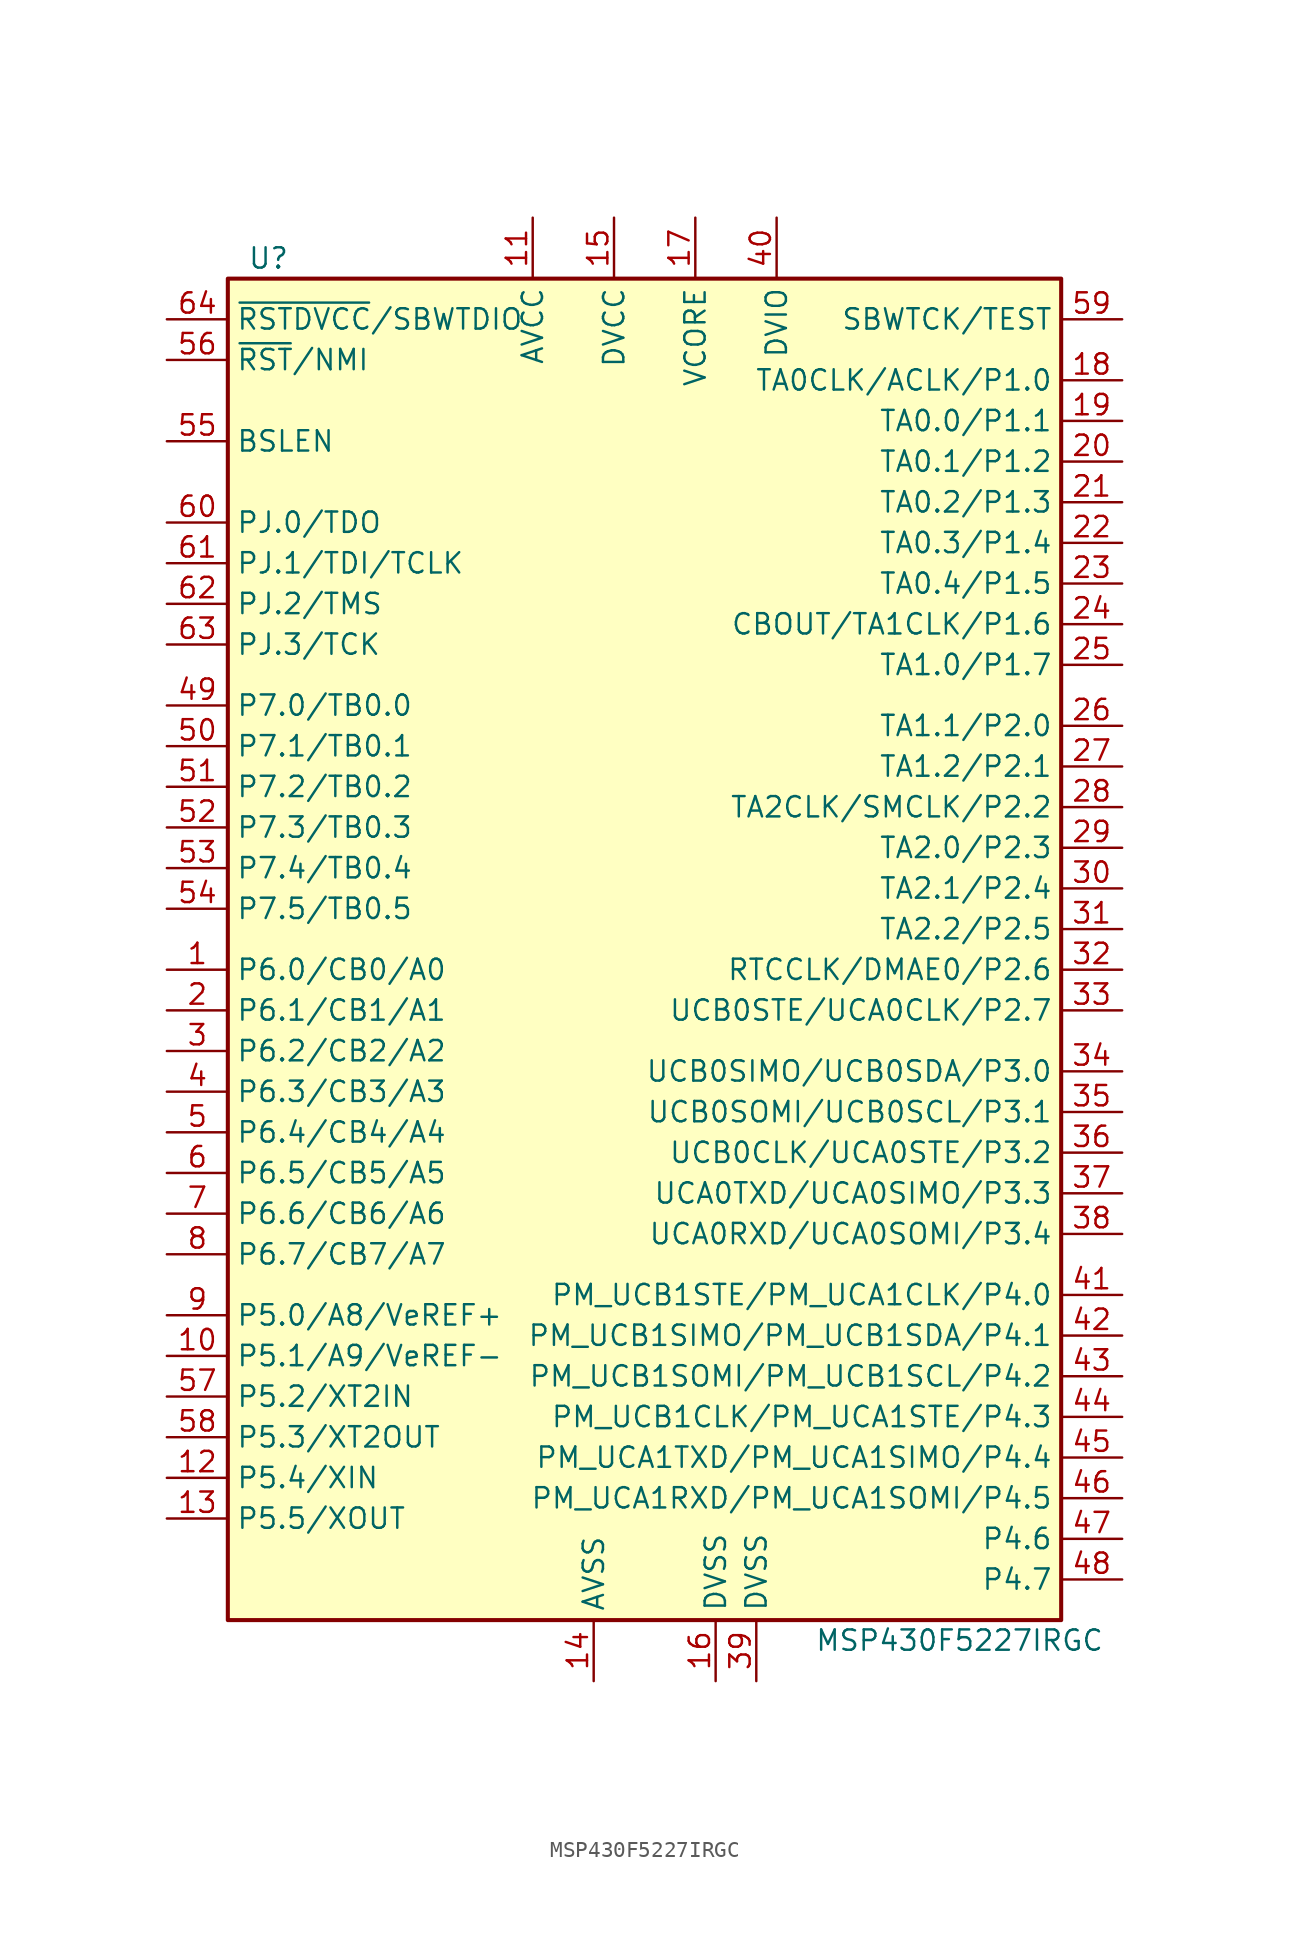
<source format=kicad_sym>
(kicad_symbol_lib
  (version 20241209)
  (generator "kicad_symbol_editor")
  (generator_version "9.0")
  (symbol "MSP430F5227IRGC"
    (property "Reference" "U"
      (at -24.13 43.18 0)
      (effects (font (size 1.27 1.27))))
    (property "Value" "MSP430F5227IRGC"
      (at 19.05 -43.18 0)
      (effects (font (size 1.27 1.27))))
    (symbol "MSP430F5227IRGC_0_1"
      (rectangle (start -26.67 41.91) (end 25.4 -41.91) (stroke (width 0.254) (type default)) (fill (type background))))
    (symbol "MSP430F5227IRGC_1_1"
      (pin bidirectional line (at -30.48 39.37 0) (length 3.81) (name "~{RSTDVCC}/SBWTDIO" (effects (font (size 1.27 1.27)))) (number "64" (effects (font (size 1.27 1.27)))))
      (pin input line (at -30.48 36.83 0) (length 3.81) (name "~{RST}/NMI" (effects (font (size 1.27 1.27)))) (number "56" (effects (font (size 1.27 1.27)))))
      (pin bidirectional line (at -30.48 31.75 0) (length 3.81) (name "BSLEN" (effects (font (size 1.27 1.27)))) (number "55" (effects (font (size 1.27 1.27)))))
      (pin bidirectional line (at -30.48 26.67 0) (length 3.81) (name "PJ.0/TDO" (effects (font (size 1.27 1.27)))) (number "60" (effects (font (size 1.27 1.27)))))
      (pin bidirectional line (at -30.48 24.13 0) (length 3.81) (name "PJ.1/TDI/TCLK" (effects (font (size 1.27 1.27)))) (number "61" (effects (font (size 1.27 1.27)))))
      (pin bidirectional line (at -30.48 21.59 0) (length 3.81) (name "PJ.2/TMS" (effects (font (size 1.27 1.27)))) (number "62" (effects (font (size 1.27 1.27)))))
      (pin bidirectional line (at -30.48 19.05 0) (length 3.81) (name "PJ.3/TCK" (effects (font (size 1.27 1.27)))) (number "63" (effects (font (size 1.27 1.27)))))
      (pin bidirectional line (at -30.48 15.24 0) (length 3.81) (name "P7.0/TB0.0" (effects (font (size 1.27 1.27)))) (number "49" (effects (font (size 1.27 1.27)))))
      (pin bidirectional line (at -30.48 12.7 0) (length 3.81) (name "P7.1/TB0.1" (effects (font (size 1.27 1.27)))) (number "50" (effects (font (size 1.27 1.27)))))
      (pin bidirectional line (at -30.48 10.16 0) (length 3.81) (name "P7.2/TB0.2" (effects (font (size 1.27 1.27)))) (number "51" (effects (font (size 1.27 1.27)))))
      (pin bidirectional line (at -30.48 7.62 0) (length 3.81) (name "P7.3/TB0.3" (effects (font (size 1.27 1.27)))) (number "52" (effects (font (size 1.27 1.27)))))
      (pin bidirectional line (at -30.48 5.08 0) (length 3.81) (name "P7.4/TB0.4" (effects (font (size 1.27 1.27)))) (number "53" (effects (font (size 1.27 1.27)))))
      (pin bidirectional line (at -30.48 2.54 0) (length 3.81) (name "P7.5/TB0.5" (effects (font (size 1.27 1.27)))) (number "54" (effects (font (size 1.27 1.27)))))
      (pin bidirectional line (at -30.48 -1.27 0) (length 3.81) (name "P6.0/CB0/A0" (effects (font (size 1.27 1.27)))) (number "1" (effects (font (size 1.27 1.27)))))
      (pin bidirectional line (at -30.48 -3.81 0) (length 3.81) (name "P6.1/CB1/A1" (effects (font (size 1.27 1.27)))) (number "2" (effects (font (size 1.27 1.27)))))
      (pin bidirectional line (at -30.48 -6.35 0) (length 3.81) (name "P6.2/CB2/A2" (effects (font (size 1.27 1.27)))) (number "3" (effects (font (size 1.27 1.27)))))
      (pin bidirectional line (at -30.48 -8.89 0) (length 3.81) (name "P6.3/CB3/A3" (effects (font (size 1.27 1.27)))) (number "4" (effects (font (size 1.27 1.27)))))
      (pin bidirectional line (at -30.48 -11.43 0) (length 3.81) (name "P6.4/CB4/A4" (effects (font (size 1.27 1.27)))) (number "5" (effects (font (size 1.27 1.27)))))
      (pin bidirectional line (at -30.48 -13.97 0) (length 3.81) (name "P6.5/CB5/A5" (effects (font (size 1.27 1.27)))) (number "6" (effects (font (size 1.27 1.27)))))
      (pin bidirectional line (at -30.48 -16.51 0) (length 3.81) (name "P6.6/CB6/A6" (effects (font (size 1.27 1.27)))) (number "7" (effects (font (size 1.27 1.27)))))
      (pin bidirectional line (at -30.48 -19.05 0) (length 3.81) (name "P6.7/CB7/A7" (effects (font (size 1.27 1.27)))) (number "8" (effects (font (size 1.27 1.27)))))
      (pin bidirectional line (at -30.48 -22.86 0) (length 3.81) (name "P5.0/A8/VeREF+" (effects (font (size 1.27 1.27)))) (number "9" (effects (font (size 1.27 1.27)))))
      (pin bidirectional line (at -30.48 -25.4 0) (length 3.81) (name "P5.1/A9/VeREF-" (effects (font (size 1.27 1.27)))) (number "10" (effects (font (size 1.27 1.27)))))
      (pin bidirectional line (at -30.48 -27.94 0) (length 3.81) (name "P5.2/XT2IN" (effects (font (size 1.27 1.27)))) (number "57" (effects (font (size 1.27 1.27)))))
      (pin bidirectional line (at -30.48 -30.48 0) (length 3.81) (name "P5.3/XT2OUT" (effects (font (size 1.27 1.27)))) (number "58" (effects (font (size 1.27 1.27)))))
      (pin bidirectional line (at -30.48 -33.02 0) (length 3.81) (name "P5.4/XIN" (effects (font (size 1.27 1.27)))) (number "12" (effects (font (size 1.27 1.27)))))
      (pin bidirectional line (at -30.48 -35.56 0) (length 3.81) (name "P5.5/XOUT" (effects (font (size 1.27 1.27)))) (number "13" (effects (font (size 1.27 1.27)))))
      (pin power_in line (at -7.62 45.72 270) (length 3.81) (name "AVCC" (effects (font (size 1.27 1.27)))) (number "11" (effects (font (size 1.27 1.27)))))
      (pin power_in line (at -3.81 -45.72 90) (length 3.81) (name "AVSS" (effects (font (size 1.27 1.27)))) (number "14" (effects (font (size 1.27 1.27)))))
      (pin power_in line (at -2.54 45.72 270) (length 3.81) (name "DVCC" (effects (font (size 1.27 1.27)))) (number "15" (effects (font (size 1.27 1.27)))))
      (pin power_in line (at 2.54 45.72 270) (length 3.81) (name "VCORE" (effects (font (size 1.27 1.27)))) (number "17" (effects (font (size 1.27 1.27)))))
      (pin power_in line (at 3.81 -45.72 90) (length 3.81) (name "DVSS" (effects (font (size 1.27 1.27)))) (number "16" (effects (font (size 1.27 1.27)))))
      (pin power_in line (at 6.35 -45.72 90) (length 3.81) (name "DVSS" (effects (font (size 1.27 1.27)))) (number "39" (effects (font (size 1.27 1.27)))))
      (pin power_in line (at 7.62 45.72 270) (length 3.81) (name "DVIO" (effects (font (size 1.27 1.27)))) (number "40" (effects (font (size 1.27 1.27)))))
      (pin input line (at 29.21 39.37 180) (length 3.81) (name "SBWTCK/TEST" (effects (font (size 1.27 1.27)))) (number "59" (effects (font (size 1.27 1.27)))))
      (pin bidirectional line (at 29.21 35.56 180) (length 3.81) (name "TA0CLK/ACLK/P1.0" (effects (font (size 1.27 1.27)))) (number "18" (effects (font (size 1.27 1.27)))))
      (pin bidirectional line (at 29.21 33.02 180) (length 3.81) (name "TA0.0/P1.1" (effects (font (size 1.27 1.27)))) (number "19" (effects (font (size 1.27 1.27)))))
      (pin bidirectional line (at 29.21 30.48 180) (length 3.81) (name "TA0.1/P1.2" (effects (font (size 1.27 1.27)))) (number "20" (effects (font (size 1.27 1.27)))))
      (pin bidirectional line (at 29.21 27.94 180) (length 3.81) (name "TA0.2/P1.3" (effects (font (size 1.27 1.27)))) (number "21" (effects (font (size 1.27 1.27)))))
      (pin bidirectional line (at 29.21 25.4 180) (length 3.81) (name "TA0.3/P1.4" (effects (font (size 1.27 1.27)))) (number "22" (effects (font (size 1.27 1.27)))))
      (pin bidirectional line (at 29.21 22.86 180) (length 3.81) (name "TA0.4/P1.5" (effects (font (size 1.27 1.27)))) (number "23" (effects (font (size 1.27 1.27)))))
      (pin bidirectional line (at 29.21 20.32 180) (length 3.81) (name "CBOUT/TA1CLK/P1.6" (effects (font (size 1.27 1.27)))) (number "24" (effects (font (size 1.27 1.27)))))
      (pin bidirectional line (at 29.21 17.78 180) (length 3.81) (name "TA1.0/P1.7" (effects (font (size 1.27 1.27)))) (number "25" (effects (font (size 1.27 1.27)))))
      (pin bidirectional line (at 29.21 13.97 180) (length 3.81) (name "TA1.1/P2.0" (effects (font (size 1.27 1.27)))) (number "26" (effects (font (size 1.27 1.27)))))
      (pin bidirectional line (at 29.21 11.43 180) (length 3.81) (name "TA1.2/P2.1" (effects (font (size 1.27 1.27)))) (number "27" (effects (font (size 1.27 1.27)))))
      (pin bidirectional line (at 29.21 8.89 180) (length 3.81) (name "TA2CLK/SMCLK/P2.2" (effects (font (size 1.27 1.27)))) (number "28" (effects (font (size 1.27 1.27)))))
      (pin bidirectional line (at 29.21 6.35 180) (length 3.81) (name "TA2.0/P2.3" (effects (font (size 1.27 1.27)))) (number "29" (effects (font (size 1.27 1.27)))))
      (pin bidirectional line (at 29.21 3.81 180) (length 3.81) (name "TA2.1/P2.4" (effects (font (size 1.27 1.27)))) (number "30" (effects (font (size 1.27 1.27)))))
      (pin bidirectional line (at 29.21 1.27 180) (length 3.81) (name "TA2.2/P2.5" (effects (font (size 1.27 1.27)))) (number "31" (effects (font (size 1.27 1.27)))))
      (pin bidirectional line (at 29.21 -1.27 180) (length 3.81) (name "RTCCLK/DMAE0/P2.6" (effects (font (size 1.27 1.27)))) (number "32" (effects (font (size 1.27 1.27)))))
      (pin bidirectional line (at 29.21 -3.81 180) (length 3.81) (name "UCB0STE/UCA0CLK/P2.7" (effects (font (size 1.27 1.27)))) (number "33" (effects (font (size 1.27 1.27)))))
      (pin bidirectional line (at 29.21 -7.62 180) (length 3.81) (name "UCB0SIMO/UCB0SDA/P3.0" (effects (font (size 1.27 1.27)))) (number "34" (effects (font (size 1.27 1.27)))))
      (pin bidirectional line (at 29.21 -10.16 180) (length 3.81) (name "UCB0SOMI/UCB0SCL/P3.1" (effects (font (size 1.27 1.27)))) (number "35" (effects (font (size 1.27 1.27)))))
      (pin bidirectional line (at 29.21 -12.7 180) (length 3.81) (name "UCB0CLK/UCA0STE/P3.2" (effects (font (size 1.27 1.27)))) (number "36" (effects (font (size 1.27 1.27)))))
      (pin bidirectional line (at 29.21 -15.24 180) (length 3.81) (name "UCA0TXD/UCA0SIMO/P3.3" (effects (font (size 1.27 1.27)))) (number "37" (effects (font (size 1.27 1.27)))))
      (pin bidirectional line (at 29.21 -17.78 180) (length 3.81) (name "UCA0RXD/UCA0SOMI/P3.4" (effects (font (size 1.27 1.27)))) (number "38" (effects (font (size 1.27 1.27)))))
      (pin bidirectional line (at 29.21 -21.59 180) (length 3.81) (name "PM_UCB1STE/PM_UCA1CLK/P4.0" (effects (font (size 1.27 1.27)))) (number "41" (effects (font (size 1.27 1.27)))))
      (pin bidirectional line (at 29.21 -24.13 180) (length 3.81) (name "PM_UCB1SIMO/PM_UCB1SDA/P4.1" (effects (font (size 1.27 1.27)))) (number "42" (effects (font (size 1.27 1.27)))))
      (pin bidirectional line (at 29.21 -26.67 180) (length 3.81) (name "PM_UCB1SOMI/PM_UCB1SCL/P4.2" (effects (font (size 1.27 1.27)))) (number "43" (effects (font (size 1.27 1.27)))))
      (pin bidirectional line (at 29.21 -29.21 180) (length 3.81) (name "PM_UCB1CLK/PM_UCA1STE/P4.3" (effects (font (size 1.27 1.27)))) (number "44" (effects (font (size 1.27 1.27)))))
      (pin bidirectional line (at 29.21 -31.75 180) (length 3.81) (name "PM_UCA1TXD/PM_UCA1SIMO/P4.4" (effects (font (size 1.27 1.27)))) (number "45" (effects (font (size 1.27 1.27)))))
      (pin bidirectional line (at 29.21 -34.29 180) (length 3.81) (name "PM_UCA1RXD/PM_UCA1SOMI/P4.5" (effects (font (size 1.27 1.27)))) (number "46" (effects (font (size 1.27 1.27)))))
      (pin bidirectional line (at 29.21 -36.83 180) (length 3.81) (name "P4.6" (effects (font (size 1.27 1.27)))) (number "47" (effects (font (size 1.27 1.27)))))
      (pin bidirectional line (at 29.21 -39.37 180) (length 3.81) (name "P4.7" (effects (font (size 1.27 1.27)))) (number "48" (effects (font (size 1.27 1.27))))))))
</source>
